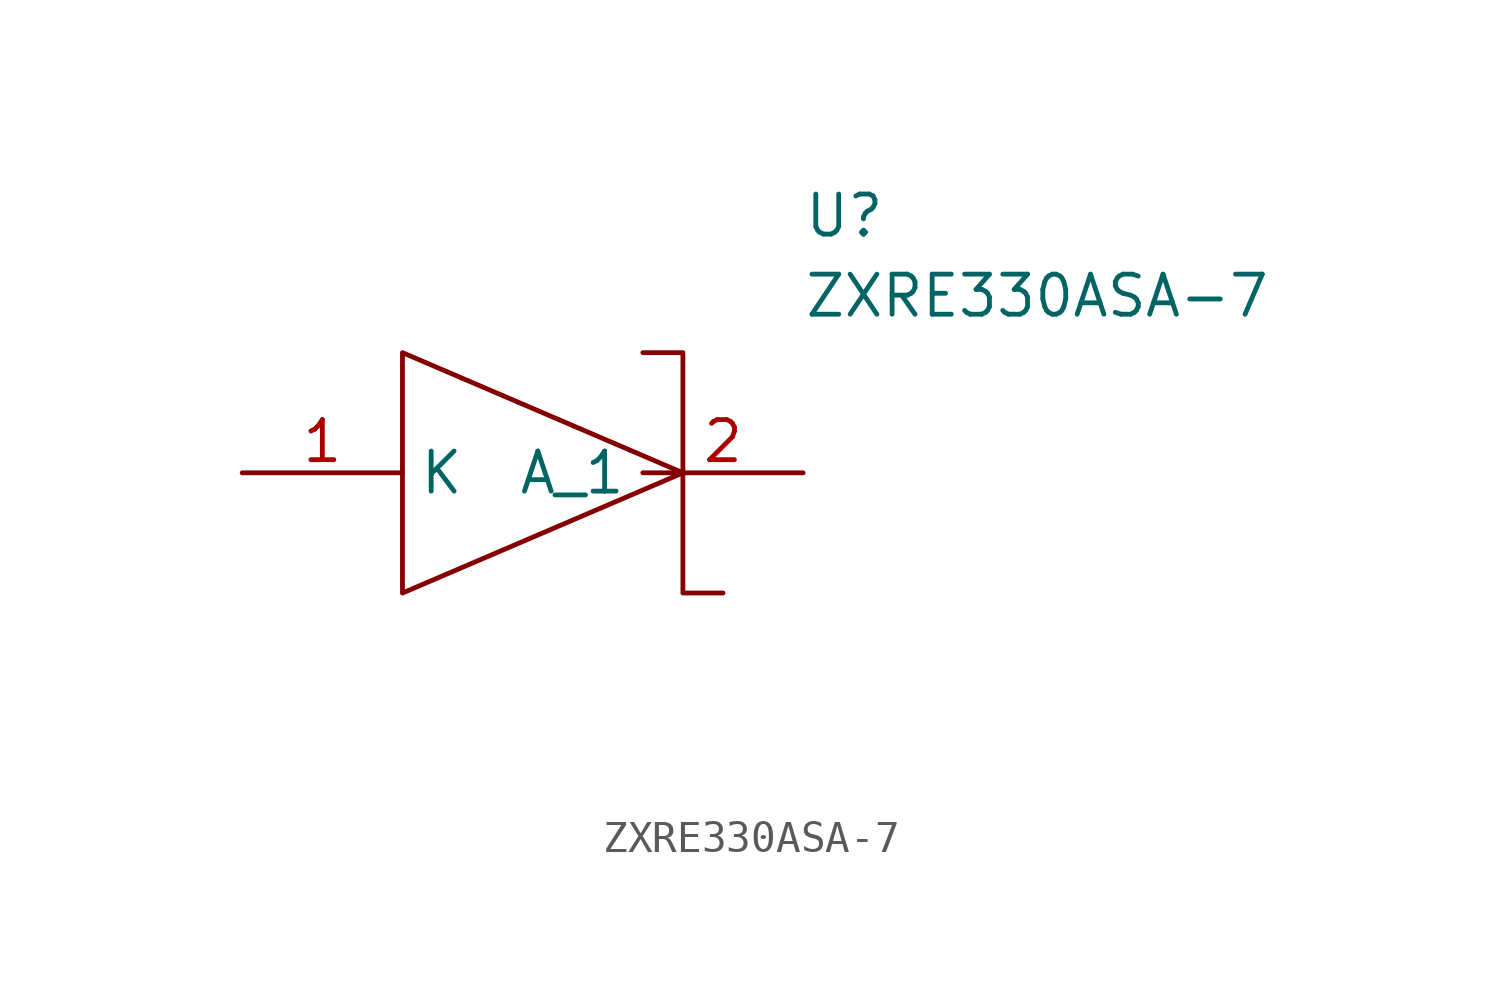
<source format=kicad_sym>
(kicad_symbol_lib
  (version 20231120)
  (generator "kicad_symbol_editor")
  (generator_version "8.0")
  (symbol "ZXRE330ASA-7"
    (property "Reference" "U"
      (at 21.59 7.62 0)
      (effects (font (size 1.27 1.27)) (justify left top)))
    (property "Value" "ZXRE330ASA-7"
      (at 21.59 5.08 0)
      (effects (font (size 1.27 1.27)) (justify left top)))
    (symbol "ZXRE330ASA-7_0_1"
      (polyline (pts (xy 8.89 2.54) (xy 8.89 -5.08) (xy 17.78 -1.27) (xy 8.89 2.54)) (stroke (width 0) (type default)) (fill (type none)))
      (polyline (pts (xy 16.51 2.54) (xy 17.78 2.54) (xy 17.78 -5.08) (xy 19.05 -5.08)) (stroke (width 0) (type default)) (fill (type none))))
    (symbol "ZXRE330ASA-7_1_1"
      (pin passive line (at 3.81 -1.27 0) (length 5.08) (name "K" (effects (font (size 1.27 1.27)))) (number "1" (effects (font (size 1.27 1.27)))))
      (pin passive line (at 21.59 -1.27 180) (length 5.08) (name "A_1" (effects (font (size 1.27 1.27)))) (number "2" (effects (font (size 1.27 1.27)))))
      (pin no_connect line (at 8.89 -10.16 90) (length 5.08) hide (name "NC" (effects (font (size 1.27 1.27)))) (number "3" (effects (font (size 1.27 1.27))))))))
</source>
